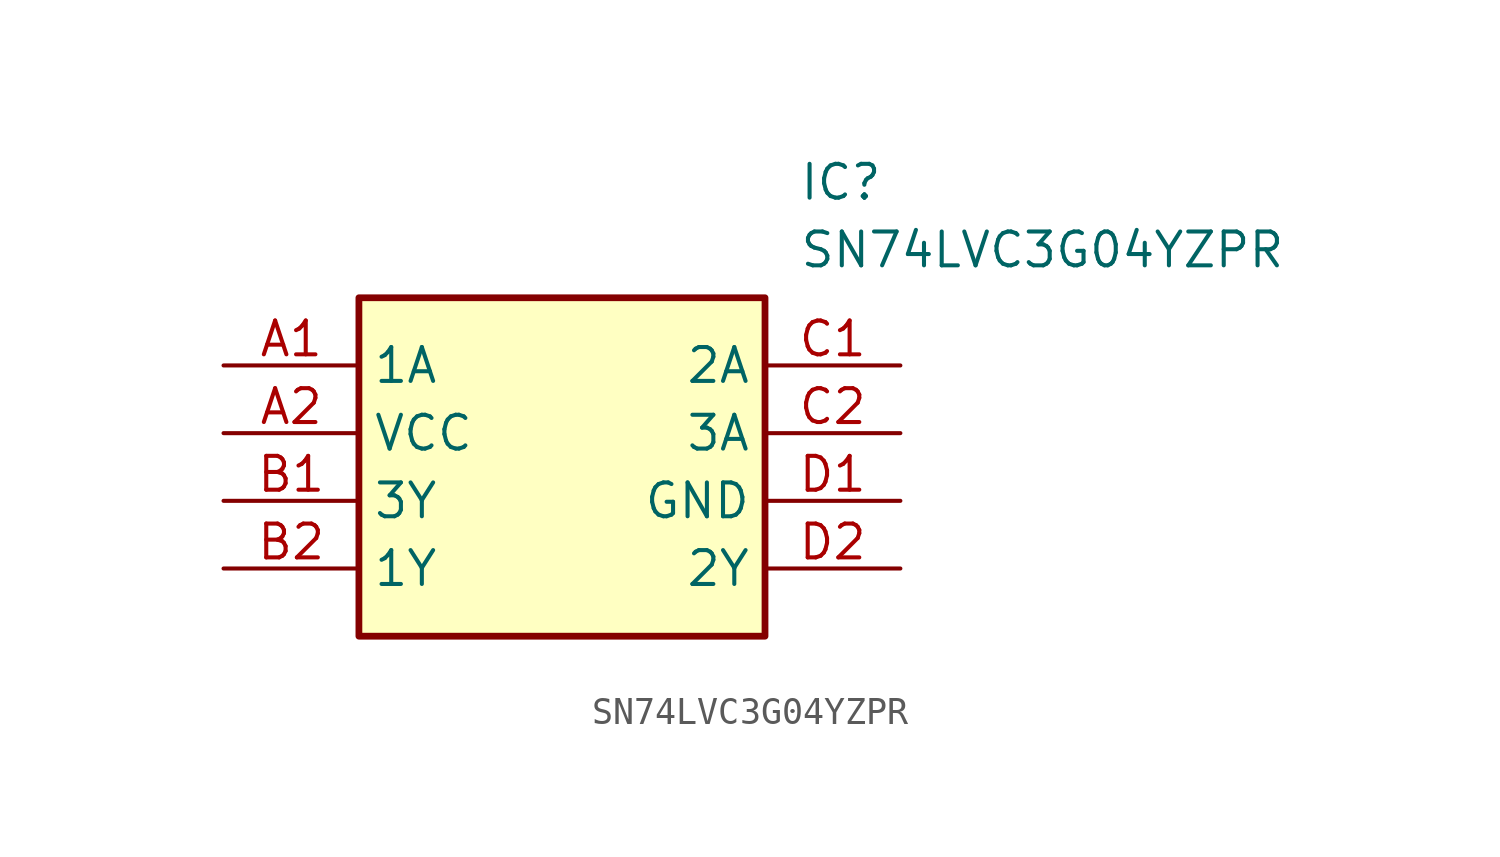
<source format=kicad_sym>
(kicad_symbol_lib
  (version 20211014)
  (generator SamacSys_ECAD_Model)
  (symbol "SN74LVC3G04YZPR"
    (property "Reference" "IC"
      (at 21.59 7.62 0)
      (effects (font (size 1.27 1.27)) (justify left top)))
    (property "Value" "SN74LVC3G04YZPR"
      (at 21.59 5.08 0)
      (effects (font (size 1.27 1.27)) (justify left top)))
    (rectangle
      (start 5.08 2.54)
      (end 20.32 -10.16)
      (stroke (width 0.254) (type default))
      (fill (type background)))
    (pin passive line
      (at 0 0 0)
      (length 5.08)
      (name "1A" (effects (font (size 1.27 1.27))))
      (number "A1" (effects (font (size 1.27 1.27)))))
    (pin passive line
      (at 0 -2.54 0)
      (length 5.08)
      (name "VCC" (effects (font (size 1.27 1.27))))
      (number "A2" (effects (font (size 1.27 1.27)))))
    (pin passive line
      (at 0 -5.08 0)
      (length 5.08)
      (name "3Y" (effects (font (size 1.27 1.27))))
      (number "B1" (effects (font (size 1.27 1.27)))))
    (pin passive line
      (at 0 -7.62 0)
      (length 5.08)
      (name "1Y" (effects (font (size 1.27 1.27))))
      (number "B2" (effects (font (size 1.27 1.27)))))
    (pin passive line
      (at 25.4 0 180)
      (length 5.08)
      (name "2A" (effects (font (size 1.27 1.27))))
      (number "C1" (effects (font (size 1.27 1.27)))))
    (pin passive line
      (at 25.4 -2.54 180)
      (length 5.08)
      (name "3A" (effects (font (size 1.27 1.27))))
      (number "C2" (effects (font (size 1.27 1.27)))))
    (pin passive line
      (at 25.4 -5.08 180)
      (length 5.08)
      (name "GND" (effects (font (size 1.27 1.27))))
      (number "D1" (effects (font (size 1.27 1.27)))))
    (pin passive line
      (at 25.4 -7.62 180)
      (length 5.08)
      (name "2Y" (effects (font (size 1.27 1.27))))
      (number "D2" (effects (font (size 1.27 1.27)))))))
</source>
